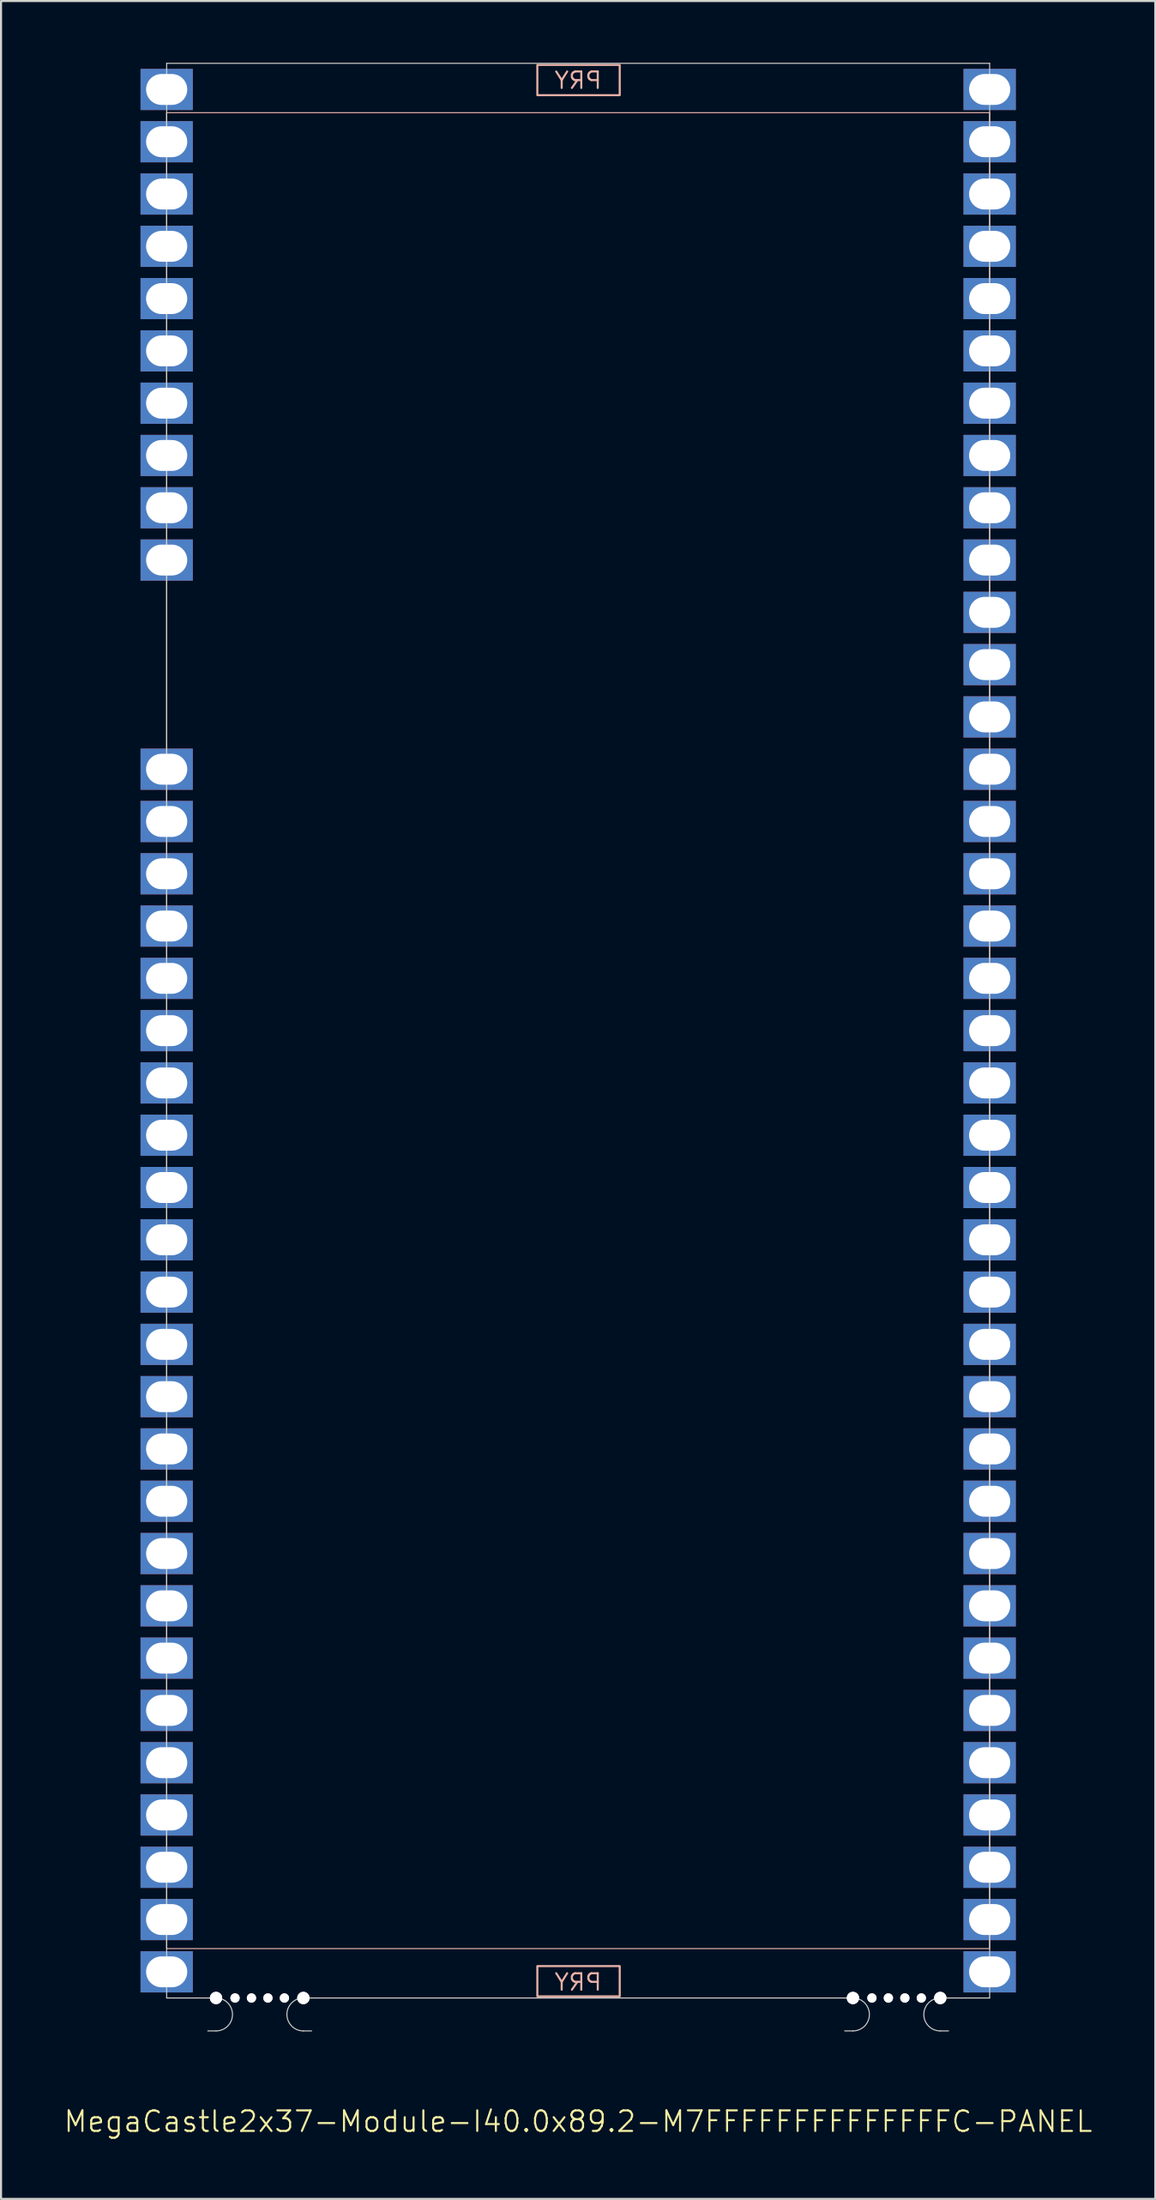
<source format=kicad_pcb>
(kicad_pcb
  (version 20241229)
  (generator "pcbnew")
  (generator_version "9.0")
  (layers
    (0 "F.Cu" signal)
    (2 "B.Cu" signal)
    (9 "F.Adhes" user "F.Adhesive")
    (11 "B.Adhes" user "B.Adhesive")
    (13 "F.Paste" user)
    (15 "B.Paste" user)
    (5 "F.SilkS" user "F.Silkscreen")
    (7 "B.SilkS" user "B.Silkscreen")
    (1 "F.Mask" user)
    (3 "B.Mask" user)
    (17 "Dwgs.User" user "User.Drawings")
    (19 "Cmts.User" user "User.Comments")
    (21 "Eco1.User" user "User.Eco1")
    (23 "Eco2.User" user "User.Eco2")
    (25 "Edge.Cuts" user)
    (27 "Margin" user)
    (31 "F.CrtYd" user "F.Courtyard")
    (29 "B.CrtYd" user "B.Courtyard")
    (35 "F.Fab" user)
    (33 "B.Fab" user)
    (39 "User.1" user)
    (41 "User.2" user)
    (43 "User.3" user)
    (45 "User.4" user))
  (footprint "MegaCastle2x37-Module-I40.0x89.2-M7FFFFFFFFFFFFFFC-PANEL"
    (layer "F.Cu")
    (at 25.05 47.015)
    (property "Reference" "MegaCastle2x37-Module-I40.0x89.2-M7FFFFFFFFFFFFFFC-PANEL" (at 0 52.99 0) (unlocked yes) (layer "F.SilkS") (effects (font (size 1 1) (thickness 0.1))))
    (attr smd)
    (fp_rect (start -20 44.59) (end 20 -44.59) (stroke (width 0.05) (type default)) (fill no) (layer "B.SilkS"))
    (fp_rect (start -1.984 -45.441) (end 2.02 -46.91) (stroke (width 0.1) (type default)) (fill no) (layer "B.SilkS"))
    (fp_rect (start -1.984 45.441) (end 2.02 46.91) (stroke (width 0.1) (type default)) (fill no) (layer "B.SilkS"))
    (fp_line (start -20 -46.99) (end -20 46.99) (stroke (width 0.05) (type default)) (layer "Edge.Cuts"))
    (fp_line (start -20 -46.99) (end 20 -46.99) (stroke (width 0.05) (type default)) (layer "Edge.Cuts"))
    (fp_line (start -20 46.99) (end -18 46.99) (stroke (width 0.05) (type default)) (layer "Edge.Cuts"))
    (fp_line (start -18 46.99) (end -17.6 46.99) (stroke (width 0.05) (type default)) (layer "Edge.Cuts"))
    (fp_line (start -18 48.59) (end -17.6 48.59) (stroke (width 0.05) (type default)) (layer "Edge.Cuts"))
    (fp_line (start -12.955 46.99) (end -13.355 46.99) (stroke (width 0.05) (type default)) (layer "Edge.Cuts"))
    (fp_line (start -12.955 46.99) (end 12.955 46.99) (stroke (width 0.05) (type default)) (layer "Edge.Cuts"))
    (fp_line (start -12.955 48.59) (end -13.355 48.59) (stroke (width 0.05) (type default)) (layer "Edge.Cuts"))
    (fp_line (start 12.955 46.99) (end 13.355 46.99) (stroke (width 0.05) (type default)) (layer "Edge.Cuts"))
    (fp_line (start 12.955 48.59) (end 13.355 48.59) (stroke (width 0.05) (type default)) (layer "Edge.Cuts"))
    (fp_line (start 18 46.99) (end 17.6 46.99) (stroke (width 0.05) (type default)) (layer "Edge.Cuts"))
    (fp_line (start 18 46.99) (end 20 46.99) (stroke (width 0.05) (type default)) (layer "Edge.Cuts"))
    (fp_line (start 18 48.59) (end 17.6 48.59) (stroke (width 0.05) (type default)) (layer "Edge.Cuts"))
    (fp_line (start 20 -46.99) (end 20 46.99) (stroke (width 0.05) (type default)) (layer "Edge.Cuts"))
    (fp_arc (start -17.6 46.990002) (mid -16.799999 47.790001) (end -17.6 48.59) (stroke (width 0.05) (type default)) (layer "Edge.Cuts"))
    (fp_arc (start -13.355 48.59) (mid -14.155 47.790001) (end -13.355 46.990002) (stroke (width 0.05) (type default)) (layer "Edge.Cuts"))
    (fp_arc (start 13.355001 46.990002) (mid 14.155002 47.790001) (end 13.355001 48.59) (stroke (width 0.05) (type default)) (layer "Edge.Cuts"))
    (fp_arc (start 17.600002 48.59) (mid 16.8 47.79) (end 17.600002 46.990002) (stroke (width 0.05) (type default)) (layer "Edge.Cuts"))
    (fp_text user "PRY" (at 0 46.69 0) (unlocked yes) (layer "B.SilkS") (effects (font (size 0.8 0.8) (thickness 0.1)) (justify bottom mirror)))
    (fp_text user "PRY" (at 0 -45.69 0) (unlocked yes) (layer "B.SilkS") (effects (font (size 0.8 0.8) (thickness 0.1)) (justify bottom mirror)))
    (pad "" np_thru_hole circle (at -17.6 46.99) (size 0.6 0.6) (drill 0.6) (layers "*.Cu" "Edge.Cuts"))
    (pad "" np_thru_hole circle (at -16.677 46.99) (size 0.45 0.45) (drill 0.45) (layers "*.Cu" "Edge.Cuts"))
    (pad "" np_thru_hole circle (at -15.878 46.99) (size 0.45 0.45) (drill 0.45) (layers "*.Cu" "Edge.Cuts"))
    (pad "" np_thru_hole circle (at -15.078 46.99) (size 0.45 0.45) (drill 0.45) (layers "*.Cu" "Edge.Cuts"))
    (pad "" np_thru_hole circle (at -14.277 46.99) (size 0.45 0.45) (drill 0.45) (layers "*.Cu" "Edge.Cuts"))
    (pad "" np_thru_hole circle (at -13.355 46.99) (size 0.6 0.6) (drill 0.6) (layers "*.Cu" "Edge.Cuts"))
    (pad "" np_thru_hole circle (at 13.355 46.99) (size 0.6 0.6) (drill 0.6) (layers "*.Cu" "Edge.Cuts"))
    (pad "" np_thru_hole circle (at 14.278 46.99) (size 0.45 0.45) (drill 0.45) (layers "*.Cu" "Edge.Cuts"))
    (pad "" np_thru_hole circle (at 15.078 46.99) (size 0.45 0.45) (drill 0.45) (layers "*.Cu" "Edge.Cuts"))
    (pad "" np_thru_hole circle (at 15.878 46.99) (size 0.45 0.45) (drill 0.45) (layers "*.Cu" "Edge.Cuts"))
    (pad "" np_thru_hole circle (at 16.678 46.99) (size 0.45 0.45) (drill 0.45) (layers "*.Cu" "Edge.Cuts"))
    (pad "" np_thru_hole circle (at 17.6 46.99) (size 0.6 0.6) (drill 0.6) (layers "*.Cu" "Edge.Cuts"))
    (pad "1" thru_hole rect (at -20 -45.72) (size 2.54 2) (drill oval 2 1.5) (property pad_prop_castellated) (layers "*.Cu" "*.Mask"))
    (pad "2" thru_hole rect (at -20 -43.18) (size 2.54 2) (drill oval 2 1.5) (property pad_prop_castellated) (layers "*.Cu" "*.Mask"))
    (pad "3" thru_hole rect (at -20 -40.64) (size 2.54 2) (drill oval 2 1.5) (property pad_prop_castellated) (layers "*.Cu" "*.Mask"))
    (pad "4" thru_hole rect (at -20 -38.1) (size 2.54 2) (drill oval 2 1.5) (property pad_prop_castellated) (layers "*.Cu" "*.Mask"))
    (pad "5" thru_hole rect (at -20 -35.56) (size 2.54 2) (drill oval 2 1.5) (property pad_prop_castellated) (layers "*.Cu" "*.Mask"))
    (pad "6" thru_hole rect (at -20 -33.02) (size 2.54 2) (drill oval 2 1.5) (property pad_prop_castellated) (layers "*.Cu" "*.Mask"))
    (pad "7" thru_hole rect (at -20 -30.48) (size 2.54 2) (drill oval 2 1.5) (property pad_prop_castellated) (layers "*.Cu" "*.Mask"))
    (pad "8" thru_hole rect (at -20 -27.94) (size 2.54 2) (drill oval 2 1.5) (property pad_prop_castellated) (layers "*.Cu" "*.Mask"))
    (pad "9" thru_hole rect (at -20 -25.4) (size 2.54 2) (drill oval 2 1.5) (property pad_prop_castellated) (layers "*.Cu" "*.Mask"))
    (pad "10" thru_hole rect (at -20 -22.86) (size 2.54 2) (drill oval 2 1.5) (property pad_prop_castellated) (layers "*.Cu" "*.Mask"))
    (pad "14" thru_hole rect (at -20 -12.7) (size 2.54 2) (drill oval 2 1.5) (property pad_prop_castellated) (layers "*.Cu" "*.Mask"))
    (pad "15" thru_hole rect (at -20 -10.16) (size 2.54 2) (drill oval 2 1.5) (property pad_prop_castellated) (layers "*.Cu" "*.Mask"))
    (pad "16" thru_hole rect (at -20 -7.62) (size 2.54 2) (drill oval 2 1.5) (property pad_prop_castellated) (layers "*.Cu" "*.Mask"))
    (pad "17" thru_hole rect (at -20 -5.08) (size 2.54 2) (drill oval 2 1.5) (property pad_prop_castellated) (layers "*.Cu" "*.Mask"))
    (pad "18" thru_hole rect (at -20 -2.54) (size 2.54 2) (drill oval 2 1.5) (property pad_prop_castellated) (layers "*.Cu" "*.Mask"))
    (pad "19" thru_hole rect (at -20 0) (size 2.54 2) (drill oval 2 1.5) (property pad_prop_castellated) (layers "*.Cu" "*.Mask"))
    (pad "20" thru_hole rect (at -20 2.54) (size 2.54 2) (drill oval 2 1.5) (property pad_prop_castellated) (layers "*.Cu" "*.Mask"))
    (pad "21" thru_hole rect (at -20 5.08) (size 2.54 2) (drill oval 2 1.5) (property pad_prop_castellated) (layers "*.Cu" "*.Mask"))
    (pad "22" thru_hole rect (at -20 7.62) (size 2.54 2) (drill oval 2 1.5) (property pad_prop_castellated) (layers "*.Cu" "*.Mask"))
    (pad "23" thru_hole rect (at -20 10.16) (size 2.54 2) (drill oval 2 1.5) (property pad_prop_castellated) (layers "*.Cu" "*.Mask"))
    (pad "24" thru_hole rect (at -20 12.7) (size 2.54 2) (drill oval 2 1.5) (property pad_prop_castellated) (layers "*.Cu" "*.Mask"))
    (pad "25" thru_hole rect (at -20 15.24) (size 2.54 2) (drill oval 2 1.5) (property pad_prop_castellated) (layers "*.Cu" "*.Mask"))
    (pad "26" thru_hole rect (at -20 17.78) (size 2.54 2) (drill oval 2 1.5) (property pad_prop_castellated) (layers "*.Cu" "*.Mask"))
    (pad "27" thru_hole rect (at -20 20.32) (size 2.54 2) (drill oval 2 1.5) (property pad_prop_castellated) (layers "*.Cu" "*.Mask"))
    (pad "28" thru_hole rect (at -20 22.86) (size 2.54 2) (drill oval 2 1.5) (property pad_prop_castellated) (layers "*.Cu" "*.Mask"))
    (pad "29" thru_hole rect (at -20 25.4) (size 2.54 2) (drill oval 2 1.5) (property pad_prop_castellated) (layers "*.Cu" "*.Mask"))
    (pad "30" thru_hole rect (at -20 27.94) (size 2.54 2) (drill oval 2 1.5) (property pad_prop_castellated) (layers "*.Cu" "*.Mask"))
    (pad "31" thru_hole rect (at -20 30.48) (size 2.54 2) (drill oval 2 1.5) (property pad_prop_castellated) (layers "*.Cu" "*.Mask"))
    (pad "32" thru_hole rect (at -20 33.02) (size 2.54 2) (drill oval 2 1.5) (property pad_prop_castellated) (layers "*.Cu" "*.Mask"))
    (pad "33" thru_hole rect (at -20 35.56) (size 2.54 2) (drill oval 2 1.5) (property pad_prop_castellated) (layers "*.Cu" "*.Mask"))
    (pad "34" thru_hole rect (at -20 38.1) (size 2.54 2) (drill oval 2 1.5) (property pad_prop_castellated) (layers "*.Cu" "*.Mask"))
    (pad "35" thru_hole rect (at -20 40.64) (size 2.54 2) (drill oval 2 1.5) (property pad_prop_castellated) (layers "*.Cu" "*.Mask"))
    (pad "36" thru_hole rect (at -20 43.18) (size 2.54 2) (drill oval 2 1.5) (property pad_prop_castellated) (layers "*.Cu" "*.Mask"))
    (pad "37" thru_hole rect (at -20 45.72) (size 2.54 2) (drill oval 2 1.5) (property pad_prop_castellated) (layers "*.Cu" "*.Mask"))
    (pad "38" thru_hole rect (at 20 -45.72) (size 2.54 2) (drill oval 2 1.5) (property pad_prop_castellated) (layers "*.Cu" "*.Mask"))
    (pad "39" thru_hole rect (at 20 -43.18) (size 2.54 2) (drill oval 2 1.5) (property pad_prop_castellated) (layers "*.Cu" "*.Mask"))
    (pad "40" thru_hole rect (at 20 -40.64) (size 2.54 2) (drill oval 2 1.5) (property pad_prop_castellated) (layers "*.Cu" "*.Mask"))
    (pad "41" thru_hole rect (at 20 -38.1) (size 2.54 2) (drill oval 2 1.5) (property pad_prop_castellated) (layers "*.Cu" "*.Mask"))
    (pad "42" thru_hole rect (at 20 -35.56) (size 2.54 2) (drill oval 2 1.5) (property pad_prop_castellated) (layers "*.Cu" "*.Mask"))
    (pad "43" thru_hole rect (at 20 -33.02) (size 2.54 2) (drill oval 2 1.5) (property pad_prop_castellated) (layers "*.Cu" "*.Mask"))
    (pad "44" thru_hole rect (at 20 -30.48) (size 2.54 2) (drill oval 2 1.5) (property pad_prop_castellated) (layers "*.Cu" "*.Mask"))
    (pad "45" thru_hole rect (at 20 -27.94) (size 2.54 2) (drill oval 2 1.5) (property pad_prop_castellated) (layers "*.Cu" "*.Mask"))
    (pad "46" thru_hole rect (at 20 -25.4) (size 2.54 2) (drill oval 2 1.5) (property pad_prop_castellated) (layers "*.Cu" "*.Mask"))
    (pad "47" thru_hole rect (at 20 -22.86) (size 2.54 2) (drill oval 2 1.5) (property pad_prop_castellated) (layers "*.Cu" "*.Mask"))
    (pad "48" thru_hole rect (at 20 -20.32) (size 2.54 2) (drill oval 2 1.5) (property pad_prop_castellated) (layers "*.Cu" "*.Mask"))
    (pad "49" thru_hole rect (at 20 -17.78) (size 2.54 2) (drill oval 2 1.5) (property pad_prop_castellated) (layers "*.Cu" "*.Mask"))
    (pad "50" thru_hole rect (at 20 -15.24) (size 2.54 2) (drill oval 2 1.5) (property pad_prop_castellated) (layers "*.Cu" "*.Mask"))
    (pad "51" thru_hole rect (at 20 -12.7) (size 2.54 2) (drill oval 2 1.5) (property pad_prop_castellated) (layers "*.Cu" "*.Mask"))
    (pad "52" thru_hole rect (at 20 -10.16) (size 2.54 2) (drill oval 2 1.5) (property pad_prop_castellated) (layers "*.Cu" "*.Mask"))
    (pad "53" thru_hole rect (at 20 -7.62) (size 2.54 2) (drill oval 2 1.5) (property pad_prop_castellated) (layers "*.Cu" "*.Mask"))
    (pad "54" thru_hole rect (at 20 -5.08) (size 2.54 2) (drill oval 2 1.5) (property pad_prop_castellated) (layers "*.Cu" "*.Mask"))
    (pad "55" thru_hole rect (at 20 -2.54) (size 2.54 2) (drill oval 2 1.5) (property pad_prop_castellated) (layers "*.Cu" "*.Mask"))
    (pad "56" thru_hole rect (at 20 0) (size 2.54 2) (drill oval 2 1.5) (property pad_prop_castellated) (layers "*.Cu" "*.Mask"))
    (pad "57" thru_hole rect (at 20 2.54) (size 2.54 2) (drill oval 2 1.5) (property pad_prop_castellated) (layers "*.Cu" "*.Mask"))
    (pad "58" thru_hole rect (at 20 5.08) (size 2.54 2) (drill oval 2 1.5) (property pad_prop_castellated) (layers "*.Cu" "*.Mask"))
    (pad "59" thru_hole rect (at 20 7.62) (size 2.54 2) (drill oval 2 1.5) (property pad_prop_castellated) (layers "*.Cu" "*.Mask"))
    (pad "60" thru_hole rect (at 20 10.16) (size 2.54 2) (drill oval 2 1.5) (property pad_prop_castellated) (layers "*.Cu" "*.Mask"))
    (pad "61" thru_hole rect (at 20 12.7) (size 2.54 2) (drill oval 2 1.5) (property pad_prop_castellated) (layers "*.Cu" "*.Mask"))
    (pad "62" thru_hole rect (at 20 15.24) (size 2.54 2) (drill oval 2 1.5) (property pad_prop_castellated) (layers "*.Cu" "*.Mask"))
    (pad "63" thru_hole rect (at 20 17.78) (size 2.54 2) (drill oval 2 1.5) (property pad_prop_castellated) (layers "*.Cu" "*.Mask"))
    (pad "64" thru_hole rect (at 20 20.32) (size 2.54 2) (drill oval 2 1.5) (property pad_prop_castellated) (layers "*.Cu" "*.Mask"))
    (pad "65" thru_hole rect (at 20 22.86) (size 2.54 2) (drill oval 2 1.5) (property pad_prop_castellated) (layers "*.Cu" "*.Mask"))
    (pad "66" thru_hole rect (at 20 25.4) (size 2.54 2) (drill oval 2 1.5) (property pad_prop_castellated) (layers "*.Cu" "*.Mask"))
    (pad "67" thru_hole rect (at 20 27.94) (size 2.54 2) (drill oval 2 1.5) (property pad_prop_castellated) (layers "*.Cu" "*.Mask"))
    (pad "68" thru_hole rect (at 20 30.48) (size 2.54 2) (drill oval 2 1.5) (property pad_prop_castellated) (layers "*.Cu" "*.Mask"))
    (pad "69" thru_hole rect (at 20 33.02) (size 2.54 2) (drill oval 2 1.5) (property pad_prop_castellated) (layers "*.Cu" "*.Mask"))
    (pad "70" thru_hole rect (at 20 35.56) (size 2.54 2) (drill oval 2 1.5) (property pad_prop_castellated) (layers "*.Cu" "*.Mask"))
    (pad "71" thru_hole rect (at 20 38.1) (size 2.54 2) (drill oval 2 1.5) (property pad_prop_castellated) (layers "*.Cu" "*.Mask"))
    (pad "72" thru_hole rect (at 20 40.64) (size 2.54 2) (drill oval 2 1.5) (property pad_prop_castellated) (layers "*.Cu" "*.Mask"))
    (pad "73" thru_hole rect (at 20 43.18) (size 2.54 2) (drill oval 2 1.5) (property pad_prop_castellated) (layers "*.Cu" "*.Mask"))
    (pad "74" thru_hole rect (at 20 45.72) (size 2.54 2) (drill oval 2 1.5) (property pad_prop_castellated) (layers "*.Cu" "*.Mask"))
    (zone (net_name "") (layer "B.Cu") (hatch edge 0.5) (connect_pads) (min_thickness 0.25) (filled_areas_thickness no) (keepout (tracks allowed) (vias allowed) (pads allowed) (copperpour allowed) (footprints not_allowed)) (placement (enabled no)) (fill) (polygon (pts (xy 5.05 94.005) (xy 5.05 0.025))))
    (zone (net_name "") (layer "B.Cu") (hatch edge 0.5) (connect_pads) (min_thickness 0.25) (filled_areas_thickness no) (keepout (tracks allowed) (vias allowed) (pads allowed) (copperpour allowed) (footprints not_allowed)) (placement (enabled no)) (fill) (polygon (pts (xy 45.05 94.005) (xy 45.05 0.025))))
    (zone (net_name "") (layer "B.Cu") (hatch edge 0.5) (connect_pads) (min_thickness 0.25) (filled_areas_thickness no) (keepout (tracks allowed) (vias allowed) (pads allowed) (copperpour allowed) (footprints not_allowed)) (placement (enabled no)) (fill) (polygon (pts (xy 5.05 0.025) (xy 5.05 2.425) (xy 45.05 2.425) (xy 45.05 0.025))))
    (zone (net_name "") (layer "B.Cu") (hatch edge 0.5) (connect_pads) (min_thickness 0.25) (filled_areas_thickness no) (keepout (tracks allowed) (vias allowed) (pads allowed) (copperpour allowed) (footprints not_allowed)) (placement (enabled no)) (fill) (polygon (pts (xy 5.05 94.005) (xy 5.05 91.605) (xy 45.05 91.605) (xy 45.05 94.005))))
    (zone (net_name "") (layer "B.Cu") (name "Upper Pry Zone") (hatch edge 0.5) (connect_pads) (min_thickness 0.25) (filled_areas_thickness no) (keepout (tracks not_allowed) (vias not_allowed) (pads not_allowed) (copperpour allowed) (footprints not_allowed)) (placement (enabled no)) (fill) (polygon (pts (xy 23.066 1.574) (xy 23.066 0.105) (xy 27.07 0.105) (xy 27.07 1.574))))
    (zone (net_name "") (layer "B.Cu") (name "Upper Pry Zone") (hatch edge 0.5) (connect_pads) (min_thickness 0.25) (filled_areas_thickness no) (keepout (tracks not_allowed) (vias not_allowed) (pads not_allowed) (copperpour allowed) (footprints not_allowed)) (placement (enabled no)) (fill) (polygon (pts (xy 23.066 92.456) (xy 23.066 93.925) (xy 27.07 93.925) (xy 27.07 92.456)))))
  (gr_rect
    (start -3 -3)
    (end 53.1 103.766)
    (stroke (width 0.1) (type default))
    (fill no)
    (layer "Edge.Cuts")))
</source>
